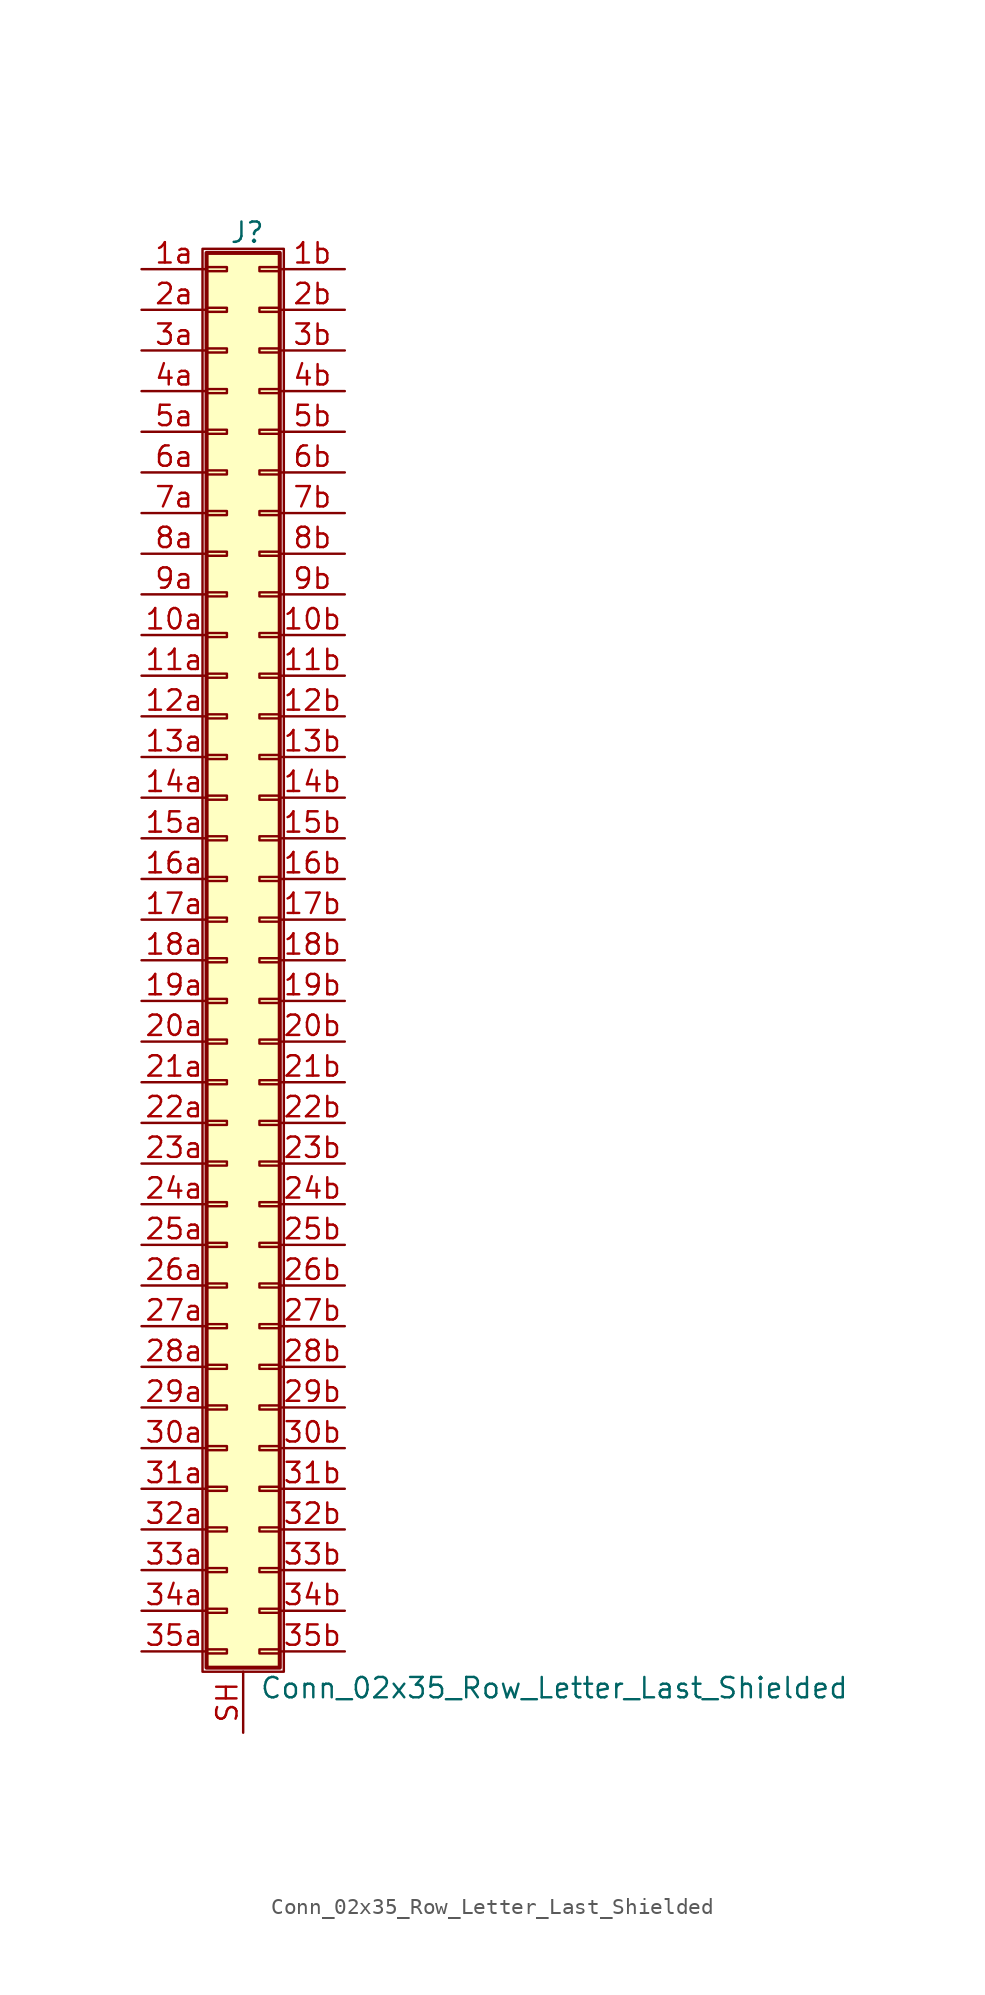
<source format=kicad_sym>
(kicad_symbol_lib
  (version 20201005)
  (generator kicad_symbol_editor)
  (symbol "Conn_02x35_Row_Letter_Last_Shielded"
    (pin_names
      (offset 1.016) hide)
    (property "Reference" "J"
      (at 1.524 45.466 0)
      (effects (font (size 1.27 1.27))))
    (property "Value" "Conn_02x35_Row_Letter_Last_Shielded"
      (at 2.286 -45.466 0)
      (effects (font (size 1.27 1.27)) (justify left)))
    (symbol "Conn_02x35_Row_Letter_Last_Shielded_1_1"
      (rectangle (start -1.27 44.45) (end 3.81 -44.45) (stroke (width 0.152)) (fill (type none)))
      (rectangle (start -1.016 -43.053) (end 0.254 -43.307) (stroke (width 0.152)) (fill (type none)))
      (rectangle (start -1.016 -40.513) (end 0.254 -40.767) (stroke (width 0.152)) (fill (type none)))
      (rectangle (start -1.016 -37.973) (end 0.254 -38.227) (stroke (width 0.152)) (fill (type none)))
      (rectangle (start -1.016 -35.433) (end 0.254 -35.687) (stroke (width 0.152)) (fill (type none)))
      (rectangle (start -1.016 -32.893) (end 0.254 -33.147) (stroke (width 0.152)) (fill (type none)))
      (rectangle (start -1.016 -30.353) (end 0.254 -30.607) (stroke (width 0.152)) (fill (type none)))
      (rectangle (start -1.016 -27.813) (end 0.254 -28.067) (stroke (width 0.152)) (fill (type none)))
      (rectangle (start -1.016 -25.273) (end 0.254 -25.527) (stroke (width 0.152)) (fill (type none)))
      (rectangle (start -1.016 -22.733) (end 0.254 -22.987) (stroke (width 0.152)) (fill (type none)))
      (rectangle (start -1.016 -20.193) (end 0.254 -20.447) (stroke (width 0.152)) (fill (type none)))
      (rectangle (start -1.016 -17.653) (end 0.254 -17.907) (stroke (width 0.152)) (fill (type none)))
      (rectangle (start -1.016 -15.113) (end 0.254 -15.367) (stroke (width 0.152)) (fill (type none)))
      (rectangle (start -1.016 -12.573) (end 0.254 -12.827) (stroke (width 0.152)) (fill (type none)))
      (rectangle (start -1.016 -10.033) (end 0.254 -10.287) (stroke (width 0.152)) (fill (type none)))
      (rectangle (start -1.016 -7.493) (end 0.254 -7.747) (stroke (width 0.152)) (fill (type none)))
      (rectangle (start -1.016 -4.953) (end 0.254 -5.207) (stroke (width 0.152)) (fill (type none)))
      (rectangle (start -1.016 -2.413) (end 0.254 -2.667) (stroke (width 0.152)) (fill (type none)))
      (rectangle (start -1.016 0.127) (end 0.254 -0.127) (stroke (width 0.152)) (fill (type none)))
      (rectangle (start -1.016 2.667) (end 0.254 2.413) (stroke (width 0.152)) (fill (type none)))
      (rectangle (start -1.016 5.207) (end 0.254 4.953) (stroke (width 0.152)) (fill (type none)))
      (rectangle (start -1.016 7.747) (end 0.254 7.493) (stroke (width 0.152)) (fill (type none)))
      (rectangle (start -1.016 10.287) (end 0.254 10.033) (stroke (width 0.152)) (fill (type none)))
      (rectangle (start -1.016 12.827) (end 0.254 12.573) (stroke (width 0.152)) (fill (type none)))
      (rectangle (start -1.016 15.367) (end 0.254 15.113) (stroke (width 0.152)) (fill (type none)))
      (rectangle (start -1.016 17.907) (end 0.254 17.653) (stroke (width 0.152)) (fill (type none)))
      (rectangle (start -1.016 20.447) (end 0.254 20.193) (stroke (width 0.152)) (fill (type none)))
      (rectangle (start -1.016 22.987) (end 0.254 22.733) (stroke (width 0.152)) (fill (type none)))
      (rectangle (start -1.016 25.527) (end 0.254 25.273) (stroke (width 0.152)) (fill (type none)))
      (rectangle (start -1.016 28.067) (end 0.254 27.813) (stroke (width 0.152)) (fill (type none)))
      (rectangle (start -1.016 30.607) (end 0.254 30.353) (stroke (width 0.152)) (fill (type none)))
      (rectangle (start -1.016 33.147) (end 0.254 32.893) (stroke (width 0.152)) (fill (type none)))
      (rectangle (start -1.016 35.687) (end 0.254 35.433) (stroke (width 0.152)) (fill (type none)))
      (rectangle (start -1.016 38.227) (end 0.254 37.973) (stroke (width 0.152)) (fill (type none)))
      (rectangle (start -1.016 40.767) (end 0.254 40.513) (stroke (width 0.152)) (fill (type none)))
      (rectangle (start -1.016 43.307) (end 0.254 43.053) (stroke (width 0.152)) (fill (type none)))
      (rectangle (start -1.016 44.196) (end 3.556 -44.196) (stroke (width 0.254)) (fill (type background)))
      (rectangle (start 3.556 -43.053) (end 2.286 -43.307) (stroke (width 0.152)) (fill (type none)))
      (rectangle (start 3.556 -40.513) (end 2.286 -40.767) (stroke (width 0.152)) (fill (type none)))
      (rectangle (start 3.556 -37.973) (end 2.286 -38.227) (stroke (width 0.152)) (fill (type none)))
      (rectangle (start 3.556 -35.433) (end 2.286 -35.687) (stroke (width 0.152)) (fill (type none)))
      (rectangle (start 3.556 -32.893) (end 2.286 -33.147) (stroke (width 0.152)) (fill (type none)))
      (rectangle (start 3.556 -30.353) (end 2.286 -30.607) (stroke (width 0.152)) (fill (type none)))
      (rectangle (start 3.556 -27.813) (end 2.286 -28.067) (stroke (width 0.152)) (fill (type none)))
      (rectangle (start 3.556 -25.273) (end 2.286 -25.527) (stroke (width 0.152)) (fill (type none)))
      (rectangle (start 3.556 -22.733) (end 2.286 -22.987) (stroke (width 0.152)) (fill (type none)))
      (rectangle (start 3.556 -20.193) (end 2.286 -20.447) (stroke (width 0.152)) (fill (type none)))
      (rectangle (start 3.556 -17.653) (end 2.286 -17.907) (stroke (width 0.152)) (fill (type none)))
      (rectangle (start 3.556 -15.113) (end 2.286 -15.367) (stroke (width 0.152)) (fill (type none)))
      (rectangle (start 3.556 -12.573) (end 2.286 -12.827) (stroke (width 0.152)) (fill (type none)))
      (rectangle (start 3.556 -10.033) (end 2.286 -10.287) (stroke (width 0.152)) (fill (type none)))
      (rectangle (start 3.556 -7.493) (end 2.286 -7.747) (stroke (width 0.152)) (fill (type none)))
      (rectangle (start 3.556 -4.953) (end 2.286 -5.207) (stroke (width 0.152)) (fill (type none)))
      (rectangle (start 3.556 -2.413) (end 2.286 -2.667) (stroke (width 0.152)) (fill (type none)))
      (rectangle (start 3.556 0.127) (end 2.286 -0.127) (stroke (width 0.152)) (fill (type none)))
      (rectangle (start 3.556 2.667) (end 2.286 2.413) (stroke (width 0.152)) (fill (type none)))
      (rectangle (start 3.556 5.207) (end 2.286 4.953) (stroke (width 0.152)) (fill (type none)))
      (rectangle (start 3.556 7.747) (end 2.286 7.493) (stroke (width 0.152)) (fill (type none)))
      (rectangle (start 3.556 10.287) (end 2.286 10.033) (stroke (width 0.152)) (fill (type none)))
      (rectangle (start 3.556 12.827) (end 2.286 12.573) (stroke (width 0.152)) (fill (type none)))
      (rectangle (start 3.556 15.367) (end 2.286 15.113) (stroke (width 0.152)) (fill (type none)))
      (rectangle (start 3.556 17.907) (end 2.286 17.653) (stroke (width 0.152)) (fill (type none)))
      (rectangle (start 3.556 20.447) (end 2.286 20.193) (stroke (width 0.152)) (fill (type none)))
      (rectangle (start 3.556 22.987) (end 2.286 22.733) (stroke (width 0.152)) (fill (type none)))
      (rectangle (start 3.556 25.527) (end 2.286 25.273) (stroke (width 0.152)) (fill (type none)))
      (rectangle (start 3.556 28.067) (end 2.286 27.813) (stroke (width 0.152)) (fill (type none)))
      (rectangle (start 3.556 30.607) (end 2.286 30.353) (stroke (width 0.152)) (fill (type none)))
      (rectangle (start 3.556 33.147) (end 2.286 32.893) (stroke (width 0.152)) (fill (type none)))
      (rectangle (start 3.556 35.687) (end 2.286 35.433) (stroke (width 0.152)) (fill (type none)))
      (rectangle (start 3.556 38.227) (end 2.286 37.973) (stroke (width 0.152)) (fill (type none)))
      (rectangle (start 3.556 40.767) (end 2.286 40.513) (stroke (width 0.152)) (fill (type none)))
      (rectangle (start 3.556 43.307) (end 2.286 43.053) (stroke (width 0.152)) (fill (type none)))
      (pin passive line (at -5.08 20.32 0) (length 4.064) (name "Pin_10a" (effects (font (size 1.27 1.27)))) (number "10a" (effects (font (size 1.27 1.27)))))
      (pin passive line (at 7.62 20.32 180) (length 4.064) (name "Pin_10b" (effects (font (size 1.27 1.27)))) (number "10b" (effects (font (size 1.27 1.27)))))
      (pin passive line (at -5.08 17.78 0) (length 4.064) (name "Pin_11a" (effects (font (size 1.27 1.27)))) (number "11a" (effects (font (size 1.27 1.27)))))
      (pin passive line (at 7.62 17.78 180) (length 4.064) (name "Pin_11b" (effects (font (size 1.27 1.27)))) (number "11b" (effects (font (size 1.27 1.27)))))
      (pin passive line (at -5.08 15.24 0) (length 4.064) (name "Pin_12a" (effects (font (size 1.27 1.27)))) (number "12a" (effects (font (size 1.27 1.27)))))
      (pin passive line (at 7.62 15.24 180) (length 4.064) (name "Pin_12b" (effects (font (size 1.27 1.27)))) (number "12b" (effects (font (size 1.27 1.27)))))
      (pin passive line (at -5.08 12.7 0) (length 4.064) (name "Pin_13a" (effects (font (size 1.27 1.27)))) (number "13a" (effects (font (size 1.27 1.27)))))
      (pin passive line (at 7.62 12.7 180) (length 4.064) (name "Pin_13b" (effects (font (size 1.27 1.27)))) (number "13b" (effects (font (size 1.27 1.27)))))
      (pin passive line (at -5.08 10.16 0) (length 4.064) (name "Pin_14a" (effects (font (size 1.27 1.27)))) (number "14a" (effects (font (size 1.27 1.27)))))
      (pin passive line (at 7.62 10.16 180) (length 4.064) (name "Pin_14b" (effects (font (size 1.27 1.27)))) (number "14b" (effects (font (size 1.27 1.27)))))
      (pin passive line (at -5.08 7.62 0) (length 4.064) (name "Pin_15a" (effects (font (size 1.27 1.27)))) (number "15a" (effects (font (size 1.27 1.27)))))
      (pin passive line (at 7.62 7.62 180) (length 4.064) (name "Pin_15b" (effects (font (size 1.27 1.27)))) (number "15b" (effects (font (size 1.27 1.27)))))
      (pin passive line (at -5.08 5.08 0) (length 4.064) (name "Pin_16a" (effects (font (size 1.27 1.27)))) (number "16a" (effects (font (size 1.27 1.27)))))
      (pin passive line (at 7.62 5.08 180) (length 4.064) (name "Pin_16b" (effects (font (size 1.27 1.27)))) (number "16b" (effects (font (size 1.27 1.27)))))
      (pin passive line (at -5.08 2.54 0) (length 4.064) (name "Pin_17a" (effects (font (size 1.27 1.27)))) (number "17a" (effects (font (size 1.27 1.27)))))
      (pin passive line (at 7.62 2.54 180) (length 4.064) (name "Pin_17b" (effects (font (size 1.27 1.27)))) (number "17b" (effects (font (size 1.27 1.27)))))
      (pin passive line (at -5.08 0 0) (length 4.064) (name "Pin_18a" (effects (font (size 1.27 1.27)))) (number "18a" (effects (font (size 1.27 1.27)))))
      (pin passive line (at 7.62 0 180) (length 4.064) (name "Pin_18b" (effects (font (size 1.27 1.27)))) (number "18b" (effects (font (size 1.27 1.27)))))
      (pin passive line (at -5.08 -2.54 0) (length 4.064) (name "Pin_19a" (effects (font (size 1.27 1.27)))) (number "19a" (effects (font (size 1.27 1.27)))))
      (pin passive line (at 7.62 -2.54 180) (length 4.064) (name "Pin_19b" (effects (font (size 1.27 1.27)))) (number "19b" (effects (font (size 1.27 1.27)))))
      (pin passive line (at -5.08 43.18 0) (length 4.064) (name "Pin_1a" (effects (font (size 1.27 1.27)))) (number "1a" (effects (font (size 1.27 1.27)))))
      (pin passive line (at 7.62 43.18 180) (length 4.064) (name "Pin_1b" (effects (font (size 1.27 1.27)))) (number "1b" (effects (font (size 1.27 1.27)))))
      (pin passive line (at -5.08 -5.08 0) (length 4.064) (name "Pin_20a" (effects (font (size 1.27 1.27)))) (number "20a" (effects (font (size 1.27 1.27)))))
      (pin passive line (at 7.62 -5.08 180) (length 4.064) (name "Pin_20b" (effects (font (size 1.27 1.27)))) (number "20b" (effects (font (size 1.27 1.27)))))
      (pin passive line (at -5.08 -7.62 0) (length 4.064) (name "Pin_21a" (effects (font (size 1.27 1.27)))) (number "21a" (effects (font (size 1.27 1.27)))))
      (pin passive line (at 7.62 -7.62 180) (length 4.064) (name "Pin_21b" (effects (font (size 1.27 1.27)))) (number "21b" (effects (font (size 1.27 1.27)))))
      (pin passive line (at -5.08 -10.16 0) (length 4.064) (name "Pin_22a" (effects (font (size 1.27 1.27)))) (number "22a" (effects (font (size 1.27 1.27)))))
      (pin passive line (at 7.62 -10.16 180) (length 4.064) (name "Pin_22b" (effects (font (size 1.27 1.27)))) (number "22b" (effects (font (size 1.27 1.27)))))
      (pin passive line (at -5.08 -12.7 0) (length 4.064) (name "Pin_23a" (effects (font (size 1.27 1.27)))) (number "23a" (effects (font (size 1.27 1.27)))))
      (pin passive line (at 7.62 -12.7 180) (length 4.064) (name "Pin_23b" (effects (font (size 1.27 1.27)))) (number "23b" (effects (font (size 1.27 1.27)))))
      (pin passive line (at -5.08 -15.24 0) (length 4.064) (name "Pin_24a" (effects (font (size 1.27 1.27)))) (number "24a" (effects (font (size 1.27 1.27)))))
      (pin passive line (at 7.62 -15.24 180) (length 4.064) (name "Pin_24b" (effects (font (size 1.27 1.27)))) (number "24b" (effects (font (size 1.27 1.27)))))
      (pin passive line (at -5.08 -17.78 0) (length 4.064) (name "Pin_25a" (effects (font (size 1.27 1.27)))) (number "25a" (effects (font (size 1.27 1.27)))))
      (pin passive line (at 7.62 -17.78 180) (length 4.064) (name "Pin_25b" (effects (font (size 1.27 1.27)))) (number "25b" (effects (font (size 1.27 1.27)))))
      (pin passive line (at -5.08 -20.32 0) (length 4.064) (name "Pin_26a" (effects (font (size 1.27 1.27)))) (number "26a" (effects (font (size 1.27 1.27)))))
      (pin passive line (at 7.62 -20.32 180) (length 4.064) (name "Pin_26b" (effects (font (size 1.27 1.27)))) (number "26b" (effects (font (size 1.27 1.27)))))
      (pin passive line (at -5.08 -22.86 0) (length 4.064) (name "Pin_27a" (effects (font (size 1.27 1.27)))) (number "27a" (effects (font (size 1.27 1.27)))))
      (pin passive line (at 7.62 -22.86 180) (length 4.064) (name "Pin_27b" (effects (font (size 1.27 1.27)))) (number "27b" (effects (font (size 1.27 1.27)))))
      (pin passive line (at -5.08 -25.4 0) (length 4.064) (name "Pin_28a" (effects (font (size 1.27 1.27)))) (number "28a" (effects (font (size 1.27 1.27)))))
      (pin passive line (at 7.62 -25.4 180) (length 4.064) (name "Pin_28b" (effects (font (size 1.27 1.27)))) (number "28b" (effects (font (size 1.27 1.27)))))
      (pin passive line (at -5.08 -27.94 0) (length 4.064) (name "Pin_29a" (effects (font (size 1.27 1.27)))) (number "29a" (effects (font (size 1.27 1.27)))))
      (pin passive line (at 7.62 -27.94 180) (length 4.064) (name "Pin_29b" (effects (font (size 1.27 1.27)))) (number "29b" (effects (font (size 1.27 1.27)))))
      (pin passive line (at -5.08 40.64 0) (length 4.064) (name "Pin_2a" (effects (font (size 1.27 1.27)))) (number "2a" (effects (font (size 1.27 1.27)))))
      (pin passive line (at 7.62 40.64 180) (length 4.064) (name "Pin_2b" (effects (font (size 1.27 1.27)))) (number "2b" (effects (font (size 1.27 1.27)))))
      (pin passive line (at -5.08 -30.48 0) (length 4.064) (name "Pin_30a" (effects (font (size 1.27 1.27)))) (number "30a" (effects (font (size 1.27 1.27)))))
      (pin passive line (at 7.62 -30.48 180) (length 4.064) (name "Pin_30b" (effects (font (size 1.27 1.27)))) (number "30b" (effects (font (size 1.27 1.27)))))
      (pin passive line (at -5.08 -33.02 0) (length 4.064) (name "Pin_31a" (effects (font (size 1.27 1.27)))) (number "31a" (effects (font (size 1.27 1.27)))))
      (pin passive line (at 7.62 -33.02 180) (length 4.064) (name "Pin_31b" (effects (font (size 1.27 1.27)))) (number "31b" (effects (font (size 1.27 1.27)))))
      (pin passive line (at -5.08 -35.56 0) (length 4.064) (name "Pin_32a" (effects (font (size 1.27 1.27)))) (number "32a" (effects (font (size 1.27 1.27)))))
      (pin passive line (at 7.62 -35.56 180) (length 4.064) (name "Pin_32b" (effects (font (size 1.27 1.27)))) (number "32b" (effects (font (size 1.27 1.27)))))
      (pin passive line (at -5.08 -38.1 0) (length 4.064) (name "Pin_33a" (effects (font (size 1.27 1.27)))) (number "33a" (effects (font (size 1.27 1.27)))))
      (pin passive line (at 7.62 -38.1 180) (length 4.064) (name "Pin_33b" (effects (font (size 1.27 1.27)))) (number "33b" (effects (font (size 1.27 1.27)))))
      (pin passive line (at -5.08 -40.64 0) (length 4.064) (name "Pin_34a" (effects (font (size 1.27 1.27)))) (number "34a" (effects (font (size 1.27 1.27)))))
      (pin passive line (at 7.62 -40.64 180) (length 4.064) (name "Pin_34b" (effects (font (size 1.27 1.27)))) (number "34b" (effects (font (size 1.27 1.27)))))
      (pin passive line (at -5.08 -43.18 0) (length 4.064) (name "Pin_35a" (effects (font (size 1.27 1.27)))) (number "35a" (effects (font (size 1.27 1.27)))))
      (pin passive line (at 7.62 -43.18 180) (length 4.064) (name "Pin_35b" (effects (font (size 1.27 1.27)))) (number "35b" (effects (font (size 1.27 1.27)))))
      (pin passive line (at -5.08 38.1 0) (length 4.064) (name "Pin_3a" (effects (font (size 1.27 1.27)))) (number "3a" (effects (font (size 1.27 1.27)))))
      (pin passive line (at 7.62 38.1 180) (length 4.064) (name "Pin_3b" (effects (font (size 1.27 1.27)))) (number "3b" (effects (font (size 1.27 1.27)))))
      (pin passive line (at -5.08 35.56 0) (length 4.064) (name "Pin_4a" (effects (font (size 1.27 1.27)))) (number "4a" (effects (font (size 1.27 1.27)))))
      (pin passive line (at 7.62 35.56 180) (length 4.064) (name "Pin_4b" (effects (font (size 1.27 1.27)))) (number "4b" (effects (font (size 1.27 1.27)))))
      (pin passive line (at -5.08 33.02 0) (length 4.064) (name "Pin_5a" (effects (font (size 1.27 1.27)))) (number "5a" (effects (font (size 1.27 1.27)))))
      (pin passive line (at 7.62 33.02 180) (length 4.064) (name "Pin_5b" (effects (font (size 1.27 1.27)))) (number "5b" (effects (font (size 1.27 1.27)))))
      (pin passive line (at -5.08 30.48 0) (length 4.064) (name "Pin_6a" (effects (font (size 1.27 1.27)))) (number "6a" (effects (font (size 1.27 1.27)))))
      (pin passive line (at 7.62 30.48 180) (length 4.064) (name "Pin_6b" (effects (font (size 1.27 1.27)))) (number "6b" (effects (font (size 1.27 1.27)))))
      (pin passive line (at -5.08 27.94 0) (length 4.064) (name "Pin_7a" (effects (font (size 1.27 1.27)))) (number "7a" (effects (font (size 1.27 1.27)))))
      (pin passive line (at 7.62 27.94 180) (length 4.064) (name "Pin_7b" (effects (font (size 1.27 1.27)))) (number "7b" (effects (font (size 1.27 1.27)))))
      (pin passive line (at -5.08 25.4 0) (length 4.064) (name "Pin_8a" (effects (font (size 1.27 1.27)))) (number "8a" (effects (font (size 1.27 1.27)))))
      (pin passive line (at 7.62 25.4 180) (length 4.064) (name "Pin_8b" (effects (font (size 1.27 1.27)))) (number "8b" (effects (font (size 1.27 1.27)))))
      (pin passive line (at -5.08 22.86 0) (length 4.064) (name "Pin_9a" (effects (font (size 1.27 1.27)))) (number "9a" (effects (font (size 1.27 1.27)))))
      (pin passive line (at 7.62 22.86 180) (length 4.064) (name "Pin_9b" (effects (font (size 1.27 1.27)))) (number "9b" (effects (font (size 1.27 1.27)))))
      (pin passive line (at 1.27 -48.26 90) (length 3.81) (name "Shield" (effects (font (size 1.27 1.27)))) (number "SH" (effects (font (size 1.27 1.27))))))))
</source>
